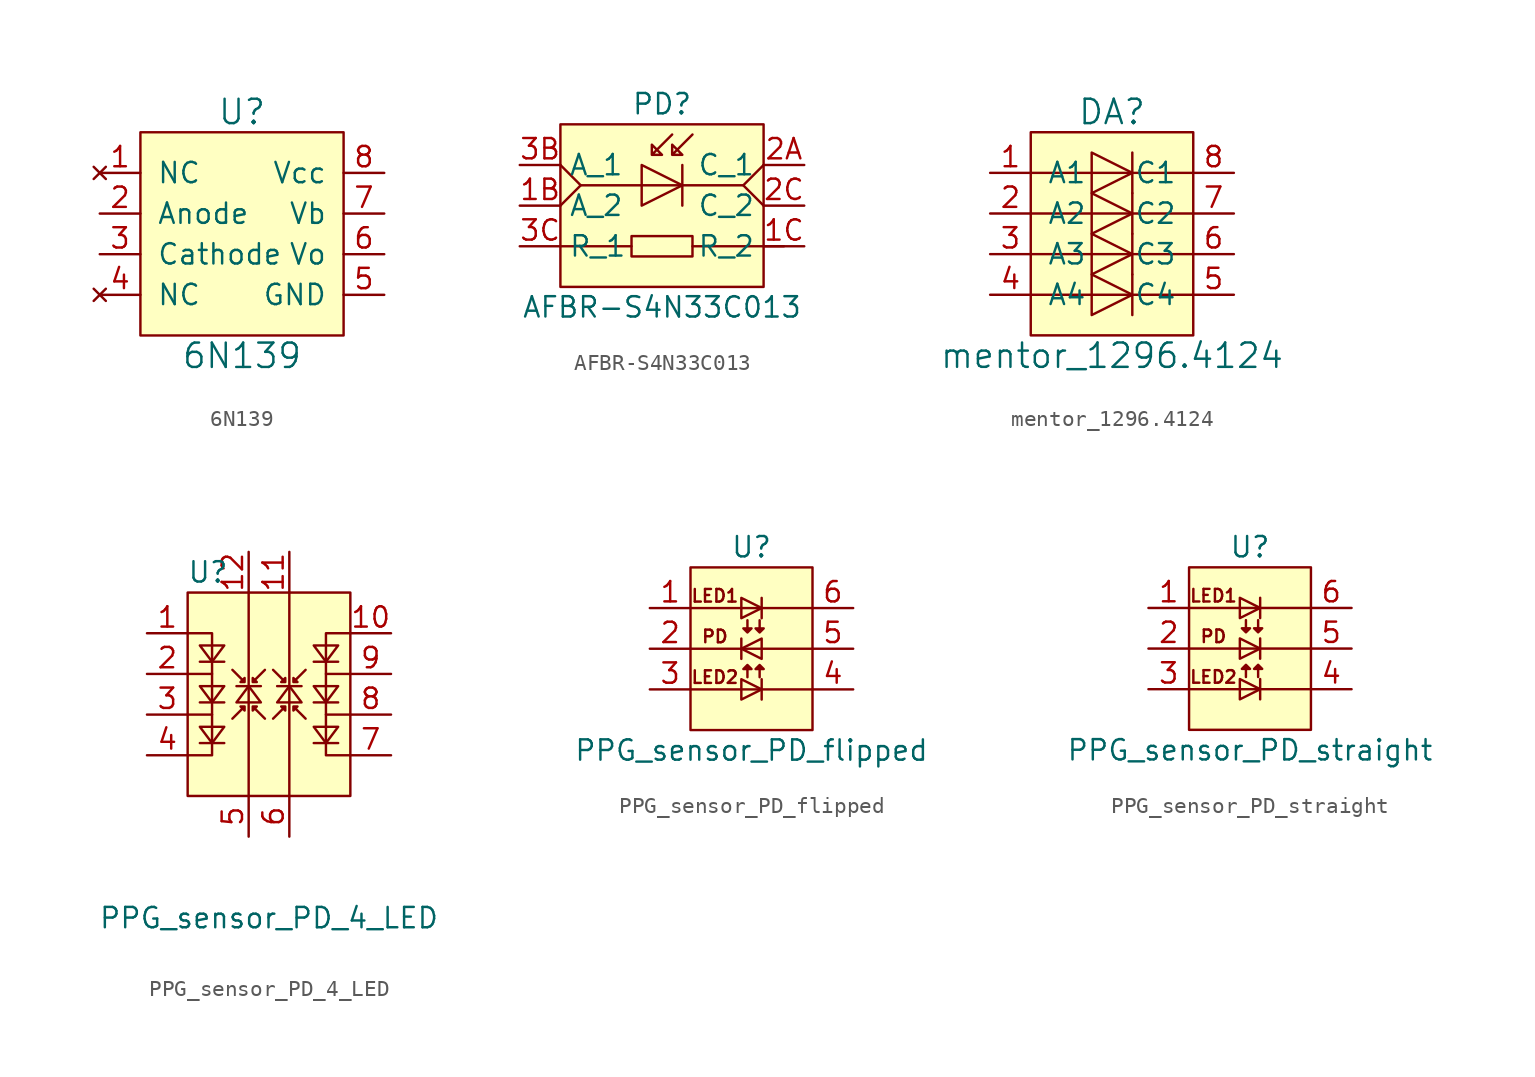
<source format=kicad_sym>
(kicad_symbol_lib
  (version 20211014)
  (generator kicad_symbol_editor)
  (symbol "6N139"
    (pin_names
      (offset 1.016))
    (property "Reference" "U"
      (at 0 7.62 0)
      (effects (font (size 1.524 1.524))))
    (property "Value" "6N139"
      (at 0 -7.62 0)
      (effects (font (size 1.524 1.524))))
    (symbol "6N139_0_1"
      (rectangle (start -6.35 6.35) (end 6.35 -6.35) (stroke (width 0) (type default) (color 0 0 0 0)) (fill (type background))))
    (symbol "6N139_1_1"
      (pin no_connect line (at -8.89 3.81 0) (length 2.54) (name "NC" (effects (font (size 1.27 1.27)))) (number "1" (effects (font (size 1.27 1.27)))))
      (pin bidirectional line (at -8.89 1.27 0) (length 2.54) (name "Anode" (effects (font (size 1.27 1.27)))) (number "2" (effects (font (size 1.27 1.27)))))
      (pin bidirectional line (at -8.89 -1.27 0) (length 2.54) (name "Cathode" (effects (font (size 1.27 1.27)))) (number "3" (effects (font (size 1.27 1.27)))))
      (pin no_connect line (at -8.89 -3.81 0) (length 2.54) (name "NC" (effects (font (size 1.27 1.27)))) (number "4" (effects (font (size 1.27 1.27)))))
      (pin power_in line (at 8.89 -3.81 180) (length 2.54) (name "GND" (effects (font (size 1.27 1.27)))) (number "5" (effects (font (size 1.27 1.27)))))
      (pin open_collector line (at 8.89 -1.27 180) (length 2.54) (name "Vo" (effects (font (size 1.27 1.27)))) (number "6" (effects (font (size 1.27 1.27)))))
      (pin bidirectional line (at 8.89 1.27 180) (length 2.54) (name "Vb" (effects (font (size 1.27 1.27)))) (number "7" (effects (font (size 1.27 1.27)))))
      (pin power_in line (at 8.89 3.81 180) (length 2.54) (name "Vcc" (effects (font (size 1.27 1.27)))) (number "8" (effects (font (size 1.27 1.27)))))))
  (symbol "AFBR-S4N33C013"
    (property "Reference" "PD"
      (at 0 6.35 0)
      (effects (font (size 1.27 1.27))))
    (property "Value" "AFBR-S4N33C013"
      (at 0 -6.35 0)
      (effects (font (size 1.27 1.27))))
    (symbol "AFBR-S4N33C013_0_1"
      (rectangle (start -6.35 5.08) (end 6.35 -5.08) (stroke (width 0) (type default) (color 0 0 0 0)) (fill (type background)))
      (polyline (pts (xy -6.35 -2.54) (xy -1.905 -2.54)) (stroke (width 0) (type default) (color 0 0 0 0)) (fill (type none)))
      (polyline (pts (xy -5.08 1.27) (xy 5.08 1.27)) (stroke (width 0) (type default) (color 0 0 0 0)) (fill (type none)))
      (polyline (pts (xy 1.27 2.54) (xy 1.27 0)) (stroke (width 0) (type default) (color 0 0 0 0)) (fill (type none)))
      (polyline (pts (xy 1.905 -2.54) (xy 7.62 -2.54)) (stroke (width 0) (type default) (color 0 0 0 0)) (fill (type none)))
      (polyline (pts (xy -6.35 2.54) (xy -5.08 1.27) (xy -6.35 0)) (stroke (width 0) (type default) (color 0 0 0 0)) (fill (type none)))
      (polyline (pts (xy 6.35 2.54) (xy 5.08 1.27) (xy 6.35 0)) (stroke (width 0) (type default) (color 0 0 0 0)) (fill (type none)))
      (polyline (pts (xy 1.27 1.27) (xy -1.27 2.54) (xy -1.27 0) (xy 1.27 1.27)) (stroke (width 0) (type default) (color 0 0 0 0)) (fill (type none)))
      (polyline (pts (xy -0.635 3.175) (xy -0.635 3.81) (xy 0 3.175) (xy -0.635 3.175) (xy 0.635 4.445)) (stroke (width 0) (type default) (color 0 0 0 0)) (fill (type none)))
      (polyline (pts (xy 0.635 3.175) (xy 0.635 3.81) (xy 1.27 3.175) (xy 0.635 3.175) (xy 1.905 4.445)) (stroke (width 0) (type default) (color 0 0 0 0)) (fill (type none)))
      (polyline (pts (xy -1.905 -2.54) (xy -1.905 -1.905) (xy 1.905 -1.905) (xy 1.905 -3.175) (xy -1.905 -3.175) (xy -1.905 -2.54)) (stroke (width 0) (type default) (color 0 0 0 0)) (fill (type none))))
    (symbol "AFBR-S4N33C013_1_1"
      (pin passive line (at -8.89 0 0) (length 2.54) (name "A_2" (effects (font (size 1.27 1.27)))) (number "1B" (effects (font (size 1.27 1.27)))))
      (pin passive line (at 8.89 -2.54 180) (length 2.54) (name "R_2" (effects (font (size 1.27 1.27)))) (number "1C" (effects (font (size 1.27 1.27)))))
      (pin passive line (at 8.89 2.54 180) (length 2.54) (name "C_1" (effects (font (size 1.27 1.27)))) (number "2A" (effects (font (size 1.27 1.27)))))
      (pin passive line (at 8.89 0 180) (length 2.54) (name "C_2" (effects (font (size 1.27 1.27)))) (number "2C" (effects (font (size 1.27 1.27)))))
      (pin passive line (at -8.89 2.54 0) (length 2.54) (name "A_1" (effects (font (size 1.27 1.27)))) (number "3B" (effects (font (size 1.27 1.27)))))
      (pin passive line (at -8.89 -2.54 0) (length 2.54) (name "R_1" (effects (font (size 1.27 1.27)))) (number "3C" (effects (font (size 1.27 1.27)))))))
  (symbol "mentor_1296.4124"
    (pin_names
      (offset 1.016))
    (property "Reference" "DA"
      (at 0 7.62 0)
      (effects (font (size 1.524 1.524))))
    (property "Value" "mentor_1296.4124"
      (at 0 -7.62 0)
      (effects (font (size 1.524 1.524))))
    (symbol "mentor_1296.4124_0_1"
      (rectangle (start -5.08 6.35) (end 5.08 -6.35) (stroke (width 0) (type default) (color 0 0 0 0)) (fill (type background)))
      (polyline (pts (xy -5.08 -3.81) (xy 5.08 -3.81)) (stroke (width 0) (type default) (color 0 0 0 0)) (fill (type none)))
      (polyline (pts (xy -5.08 -1.27) (xy 5.08 -1.27)) (stroke (width 0) (type default) (color 0 0 0 0)) (fill (type none)))
      (polyline (pts (xy -5.08 1.27) (xy 5.08 1.27)) (stroke (width 0) (type default) (color 0 0 0 0)) (fill (type none)))
      (polyline (pts (xy -5.08 3.81) (xy 5.08 3.81)) (stroke (width 0) (type default) (color 0 0 0 0)) (fill (type none)))
      (polyline (pts (xy 1.27 -5.08) (xy 1.27 -2.54)) (stroke (width 0) (type default) (color 0 0 0 0)) (fill (type none)))
      (polyline (pts (xy 1.27 -2.54) (xy 1.27 0)) (stroke (width 0) (type default) (color 0 0 0 0)) (fill (type none)))
      (polyline (pts (xy 1.27 2.54) (xy 1.27 0)) (stroke (width 0) (type default) (color 0 0 0 0)) (fill (type none)))
      (polyline (pts (xy 1.27 5.08) (xy 1.27 2.54)) (stroke (width 0) (type default) (color 0 0 0 0)) (fill (type none)))
      (polyline (pts (xy -1.27 -2.54) (xy -1.27 -5.08) (xy 1.27 -3.81) (xy -1.27 -2.54)) (stroke (width 0) (type default) (color 0 0 0 0)) (fill (type none)))
      (polyline (pts (xy -1.27 -2.54) (xy -1.27 0) (xy 1.27 -1.27) (xy -1.27 -2.54)) (stroke (width 0) (type default) (color 0 0 0 0)) (fill (type none)))
      (polyline (pts (xy -1.27 2.54) (xy -1.27 0) (xy 1.27 1.27) (xy -1.27 2.54)) (stroke (width 0) (type default) (color 0 0 0 0)) (fill (type none)))
      (polyline (pts (xy -1.27 3.81) (xy -1.27 5.08) (xy 1.27 3.81) (xy -1.27 2.54) (xy -1.27 3.81)) (stroke (width 0) (type default) (color 0 0 0 0)) (fill (type none))))
    (symbol "mentor_1296.4124_1_1"
      (pin passive line (at -7.62 3.81 0) (length 2.54) (name "A1" (effects (font (size 1.27 1.27)))) (number "1" (effects (font (size 1.27 1.27)))))
      (pin passive line (at -7.62 1.27 0) (length 2.54) (name "A2" (effects (font (size 1.27 1.27)))) (number "2" (effects (font (size 1.27 1.27)))))
      (pin passive line (at -7.62 -1.27 0) (length 2.54) (name "A3" (effects (font (size 1.27 1.27)))) (number "3" (effects (font (size 1.27 1.27)))))
      (pin passive line (at -7.62 -3.81 0) (length 2.54) (name "A4" (effects (font (size 1.27 1.27)))) (number "4" (effects (font (size 1.27 1.27)))))
      (pin passive line (at 7.62 -3.81 180) (length 2.54) (name "C4" (effects (font (size 1.27 1.27)))) (number "5" (effects (font (size 1.27 1.27)))))
      (pin passive line (at 7.62 -1.27 180) (length 2.54) (name "C3" (effects (font (size 1.27 1.27)))) (number "6" (effects (font (size 1.27 1.27)))))
      (pin passive line (at 7.62 1.27 180) (length 2.54) (name "C2" (effects (font (size 1.27 1.27)))) (number "7" (effects (font (size 1.27 1.27)))))
      (pin passive line (at 7.62 3.81 180) (length 2.54) (name "C1" (effects (font (size 1.27 1.27)))) (number "8" (effects (font (size 1.27 1.27)))))))
  (symbol "PPG_sensor_PD_4_LED"
    (pin_names
      (offset 1.016))
    (property "Reference" "U"
      (at -3.81 7.62 0)
      (effects (font (size 1.27 1.27))))
    (property "Value" "PPG_sensor_PD_4_LED"
      (at 0 -13.97 0)
      (effects (font (size 1.27 1.27))))
    (symbol "PPG_sensor_PD_4_LED_0_1"
      (rectangle (start -5.08 6.35) (end 5.08 -6.35) (stroke (width 0) (type default) (color 0 0 0 0)) (fill (type background)))
      (polyline (pts (xy -5.08 -1.27) (xy -3.556 -1.27)) (stroke (width 0) (type default) (color 0 0 0 0)) (fill (type none)))
      (polyline (pts (xy -5.08 1.27) (xy -3.556 1.27)) (stroke (width 0) (type default) (color 0 0 0 0)) (fill (type none)))
      (polyline (pts (xy -2.794 -3.048) (xy -4.318 -3.048)) (stroke (width 0) (type default) (color 0 0 0 0)) (fill (type none)))
      (polyline (pts (xy -2.794 -0.508) (xy -4.318 -0.508)) (stroke (width 0) (type default) (color 0 0 0 0)) (fill (type none)))
      (polyline (pts (xy -2.794 2.032) (xy -4.318 2.032)) (stroke (width 0) (type default) (color 0 0 0 0)) (fill (type none)))
      (polyline (pts (xy -2.032 0.508) (xy -0.508 0.508)) (stroke (width 0) (type default) (color 0 0 0 0)) (fill (type none)))
      (polyline (pts (xy -1.27 -6.35) (xy -1.27 6.35)) (stroke (width 0) (type default) (color 0 0 0 0)) (fill (type none)))
      (polyline (pts (xy 0.508 0.508) (xy 2.032 0.508)) (stroke (width 0) (type default) (color 0 0 0 0)) (fill (type none)))
      (polyline (pts (xy 1.27 -6.35) (xy 1.27 6.35)) (stroke (width 0) (type default) (color 0 0 0 0)) (fill (type none)))
      (polyline (pts (xy 4.318 -3.048) (xy 2.794 -3.048)) (stroke (width 0) (type default) (color 0 0 0 0)) (fill (type none)))
      (polyline (pts (xy 4.318 -0.508) (xy 2.794 -0.508)) (stroke (width 0) (type default) (color 0 0 0 0)) (fill (type none)))
      (polyline (pts (xy 4.318 2.032) (xy 2.794 2.032)) (stroke (width 0) (type default) (color 0 0 0 0)) (fill (type none)))
      (polyline (pts (xy 5.08 -1.27) (xy 3.556 -1.27)) (stroke (width 0) (type default) (color 0 0 0 0)) (fill (type none)))
      (polyline (pts (xy 5.08 1.27) (xy 3.556 1.27)) (stroke (width 0) (type default) (color 0 0 0 0)) (fill (type none)))
      (polyline (pts (xy -5.08 3.81) (xy -3.556 3.81) (xy -3.556 -3.81) (xy -5.08 -3.81)) (stroke (width 0) (type default) (color 0 0 0 0)) (fill (type none)))
      (polyline (pts (xy -3.556 -3.048) (xy -4.318 -2.032) (xy -2.794 -2.032) (xy -3.556 -3.048)) (stroke (width 0) (type default) (color 0 0 0 0)) (fill (type none)))
      (polyline (pts (xy -3.556 -0.508) (xy -4.318 0.508) (xy -2.794 0.508) (xy -3.556 -0.508)) (stroke (width 0) (type default) (color 0 0 0 0)) (fill (type none)))
      (polyline (pts (xy -3.556 2.032) (xy -4.318 3.048) (xy -2.794 3.048) (xy -3.556 2.032)) (stroke (width 0) (type default) (color 0 0 0 0)) (fill (type none)))
      (polyline (pts (xy -1.27 0.508) (xy -0.508 -0.508) (xy -2.032 -0.508) (xy -1.27 0.508)) (stroke (width 0) (type default) (color 0 0 0 0)) (fill (type none)))
      (polyline (pts (xy 1.27 0.508) (xy 2.032 -0.508) (xy 0.508 -0.508) (xy 1.27 0.508)) (stroke (width 0) (type default) (color 0 0 0 0)) (fill (type none)))
      (polyline (pts (xy 3.556 -3.048) (xy 2.794 -2.032) (xy 4.318 -2.032) (xy 3.556 -3.048)) (stroke (width 0) (type default) (color 0 0 0 0)) (fill (type none)))
      (polyline (pts (xy 3.556 -0.508) (xy 2.794 0.508) (xy 4.318 0.508) (xy 3.556 -0.508)) (stroke (width 0) (type default) (color 0 0 0 0)) (fill (type none)))
      (polyline (pts (xy 3.556 2.032) (xy 2.794 3.048) (xy 4.318 3.048) (xy 3.556 2.032)) (stroke (width 0) (type default) (color 0 0 0 0)) (fill (type none)))
      (polyline (pts (xy 5.08 3.81) (xy 3.556 3.81) (xy 3.556 -3.81) (xy 5.08 -3.81)) (stroke (width 0) (type default) (color 0 0 0 0)) (fill (type none)))
      (polyline (pts (xy -2.286 1.524) (xy -1.524 0.762) (xy -1.524 1.016) (xy -1.778 0.762) (xy -1.524 0.762)) (stroke (width 0) (type default) (color 0 0 0 0)) (fill (type none)))
      (polyline (pts (xy -1.524 -0.762) (xy -1.524 -1.016) (xy -1.778 -0.762) (xy -1.524 -0.762) (xy -2.286 -1.524)) (stroke (width 0) (type default) (color 0 0 0 0)) (fill (type none)))
      (polyline (pts (xy -1.016 -0.762) (xy -0.762 -0.762) (xy -1.016 -1.016) (xy -1.016 -0.762) (xy -0.254 -1.524)) (stroke (width 0) (type default) (color 0 0 0 0)) (fill (type none)))
      (polyline (pts (xy -1.016 0.762) (xy -1.016 1.016) (xy -0.762 0.762) (xy -1.016 0.762) (xy -0.254 1.524)) (stroke (width 0) (type default) (color 0 0 0 0)) (fill (type none)))
      (polyline (pts (xy 0.254 1.524) (xy 1.016 0.762) (xy 1.016 1.016) (xy 0.762 0.762) (xy 1.016 0.762)) (stroke (width 0) (type default) (color 0 0 0 0)) (fill (type none)))
      (polyline (pts (xy 1.016 -0.762) (xy 1.016 -1.016) (xy 0.762 -0.762) (xy 1.016 -0.762) (xy 0.254 -1.524)) (stroke (width 0) (type default) (color 0 0 0 0)) (fill (type none)))
      (polyline (pts (xy 1.524 -0.762) (xy 1.778 -0.762) (xy 1.524 -1.016) (xy 1.524 -0.762) (xy 2.286 -1.524)) (stroke (width 0) (type default) (color 0 0 0 0)) (fill (type none)))
      (polyline (pts (xy 1.524 0.762) (xy 1.524 1.016) (xy 1.778 0.762) (xy 1.524 0.762) (xy 2.286 1.524)) (stroke (width 0) (type default) (color 0 0 0 0)) (fill (type none))))
    (symbol "PPG_sensor_PD_4_LED_1_1"
      (pin passive line (at -7.62 3.81 0) (length 2.54) (name "~" (effects (font (size 1.27 1.27)))) (number "1" (effects (font (size 1.27 1.27)))))
      (pin passive line (at 7.62 3.81 180) (length 2.54) (name "" (effects (font (size 1.27 1.27)))) (number "10" (effects (font (size 1.27 1.27)))))
      (pin passive line (at 1.27 8.89 270) (length 2.54) (name "" (effects (font (size 1.27 1.27)))) (number "11" (effects (font (size 1.27 1.27)))))
      (pin passive line (at -1.27 8.89 270) (length 2.54) (name "" (effects (font (size 1.27 1.27)))) (number "12" (effects (font (size 1.27 1.27)))))
      (pin passive line (at -7.62 1.27 0) (length 2.54) (name "~" (effects (font (size 1.27 1.27)))) (number "2" (effects (font (size 1.27 1.27)))))
      (pin passive line (at -7.62 -1.27 0) (length 2.54) (name "~" (effects (font (size 1.27 1.27)))) (number "3" (effects (font (size 1.27 1.27)))))
      (pin passive line (at -7.62 -3.81 0) (length 2.54) (name "~" (effects (font (size 1.27 1.27)))) (number "4" (effects (font (size 1.27 1.27)))))
      (pin passive line (at -1.27 -8.89 90) (length 2.54) (name "~" (effects (font (size 1.27 1.27)))) (number "5" (effects (font (size 1.27 1.27)))))
      (pin passive line (at 1.27 -8.89 90) (length 2.54) (name "~" (effects (font (size 1.27 1.27)))) (number "6" (effects (font (size 1.27 1.27)))))
      (pin passive line (at 7.62 -3.81 180) (length 2.54) (name "~" (effects (font (size 1.27 1.27)))) (number "7" (effects (font (size 1.27 1.27)))))
      (pin passive line (at 7.62 -1.27 180) (length 2.54) (name "" (effects (font (size 1.27 1.27)))) (number "8" (effects (font (size 1.27 1.27)))))
      (pin passive line (at 7.62 1.27 180) (length 2.54) (name "" (effects (font (size 1.27 1.27)))) (number "9" (effects (font (size 1.27 1.27)))))))
  (symbol "PPG_sensor_PD_flipped"
    (pin_names
      (offset 1.016))
    (property "Reference" "U"
      (at 0 6.35 0)
      (effects (font (size 1.27 1.27))))
    (property "Value" "PPG_sensor_PD_flipped"
      (at 0 -6.35 0)
      (effects (font (size 1.27 1.27))))
    (symbol "PPG_sensor_PD_flipped_0_0"
      (text "LED1" (at -2.286 3.302 0) (effects (font (size 0.787 0.787))))
      (text "LED2" (at -2.286 -1.778 0) (effects (font (size 0.787 0.787))))
      (text "PD" (at -2.286 0.762 0) (effects (font (size 0.787 0.787)))))
    (symbol "PPG_sensor_PD_flipped_0_1"
      (rectangle (start -3.81 5.08) (end 3.81 -5.08) (stroke (width 0) (type default) (color 0 0 0 0)) (fill (type background)))
      (polyline (pts (xy -3.81 -2.54) (xy 3.81 -2.54)) (stroke (width 0) (type default) (color 0 0 0 0)) (fill (type none)))
      (polyline (pts (xy -3.81 0) (xy 3.81 0)) (stroke (width 0) (type default) (color 0 0 0 0)) (fill (type none)))
      (polyline (pts (xy -3.81 2.54) (xy 3.81 2.54)) (stroke (width 0) (type default) (color 0 0 0 0)) (fill (type none)))
      (polyline (pts (xy -0.635 -0.635) (xy -0.635 0.635)) (stroke (width 0) (type default) (color 0 0 0 0)) (fill (type none)))
      (polyline (pts (xy 0.635 -1.905) (xy 0.635 -3.175)) (stroke (width 0) (type default) (color 0 0 0 0)) (fill (type none)))
      (polyline (pts (xy 0.635 3.175) (xy 0.635 1.905)) (stroke (width 0) (type default) (color 0 0 0 0)) (fill (type none)))
      (polyline (pts (xy -0.635 -1.905) (xy -0.635 -3.175) (xy 0.635 -2.54) (xy -0.635 -1.905)) (stroke (width 0) (type default) (color 0 0 0 0)) (fill (type none)))
      (polyline (pts (xy 0.635 -0.635) (xy 0.635 0.635) (xy -0.635 0) (xy 0.635 -0.635)) (stroke (width 0) (type default) (color 0 0 0 0)) (fill (type none)))
      (polyline (pts (xy -0.635 2.54) (xy -0.635 3.175) (xy 0.635 2.54) (xy -0.635 1.905) (xy -0.635 2.54)) (stroke (width 0) (type default) (color 0 0 0 0)) (fill (type none)))
      (polyline (pts (xy -0.254 -1.778) (xy -0.254 -1.016) (xy 0 -1.27) (xy -0.508 -1.27) (xy -0.254 -1.016)) (stroke (width 0) (type default) (color 0 0 0 0)) (fill (type none)))
      (polyline (pts (xy -0.254 1.778) (xy -0.254 1.016) (xy -0.508 1.27) (xy 0 1.27) (xy -0.254 1.016)) (stroke (width 0) (type default) (color 0 0 0 0)) (fill (type none)))
      (polyline (pts (xy 0.508 -1.778) (xy 0.508 -1.016) (xy 0.254 -1.27) (xy 0.762 -1.27) (xy 0.508 -1.016)) (stroke (width 0) (type default) (color 0 0 0 0)) (fill (type none)))
      (polyline (pts (xy 0.508 1.778) (xy 0.508 1.016) (xy 0.254 1.27) (xy 0.762 1.27) (xy 0.508 1.016)) (stroke (width 0) (type default) (color 0 0 0 0)) (fill (type none))))
    (symbol "PPG_sensor_PD_flipped_1_1"
      (pin passive line (at -6.35 2.54 0) (length 2.54) (name "~" (effects (font (size 1.27 1.27)))) (number "1" (effects (font (size 1.27 1.27)))))
      (pin passive line (at -6.35 0 0) (length 2.54) (name "~" (effects (font (size 1.27 1.27)))) (number "2" (effects (font (size 1.27 1.27)))))
      (pin passive line (at -6.35 -2.54 0) (length 2.54) (name "~" (effects (font (size 1.27 1.27)))) (number "3" (effects (font (size 1.27 1.27)))))
      (pin passive line (at 6.35 -2.54 180) (length 2.54) (name "~" (effects (font (size 1.27 1.27)))) (number "4" (effects (font (size 1.27 1.27)))))
      (pin passive line (at 6.35 0 180) (length 2.54) (name "~" (effects (font (size 1.27 1.27)))) (number "5" (effects (font (size 1.27 1.27)))))
      (pin passive line (at 6.35 2.54 180) (length 2.54) (name "~" (effects (font (size 1.27 1.27)))) (number "6" (effects (font (size 1.27 1.27)))))))
  (symbol "PPG_sensor_PD_straight"
    (pin_names
      (offset 1.016))
    (property "Reference" "U"
      (at 0 6.35 0)
      (effects (font (size 1.27 1.27))))
    (property "Value" "PPG_sensor_PD_straight"
      (at 0 -6.35 0)
      (effects (font (size 1.27 1.27))))
    (symbol "PPG_sensor_PD_straight_0_0"
      (text "LED1" (at -2.286 3.302 0) (effects (font (size 0.787 0.787))))
      (text "LED2" (at -2.286 -1.778 0) (effects (font (size 0.787 0.787))))
      (text "PD" (at -2.286 0.762 0) (effects (font (size 0.787 0.787)))))
    (symbol "PPG_sensor_PD_straight_0_1"
      (rectangle (start -3.81 5.08) (end 3.81 -5.08) (stroke (width 0) (type default) (color 0 0 0 0)) (fill (type background)))
      (polyline (pts (xy -3.81 -2.54) (xy 3.81 -2.54)) (stroke (width 0) (type default) (color 0 0 0 0)) (fill (type none)))
      (polyline (pts (xy -3.81 0) (xy 3.81 0)) (stroke (width 0) (type default) (color 0 0 0 0)) (fill (type none)))
      (polyline (pts (xy -3.81 2.54) (xy 3.81 2.54)) (stroke (width 0) (type default) (color 0 0 0 0)) (fill (type none)))
      (polyline (pts (xy 0.635 -1.905) (xy 0.635 -3.175)) (stroke (width 0) (type default) (color 0 0 0 0)) (fill (type none)))
      (polyline (pts (xy 0.635 0.635) (xy 0.635 -0.635)) (stroke (width 0) (type default) (color 0 0 0 0)) (fill (type none)))
      (polyline (pts (xy 0.635 3.175) (xy 0.635 1.905)) (stroke (width 0) (type default) (color 0 0 0 0)) (fill (type none)))
      (polyline (pts (xy -0.635 -1.905) (xy -0.635 -3.175) (xy 0.635 -2.54) (xy -0.635 -1.905)) (stroke (width 0) (type default) (color 0 0 0 0)) (fill (type none)))
      (polyline (pts (xy -0.635 0.635) (xy -0.635 -0.635) (xy 0.635 0) (xy -0.635 0.635)) (stroke (width 0) (type default) (color 0 0 0 0)) (fill (type none)))
      (polyline (pts (xy -0.635 2.54) (xy -0.635 3.175) (xy 0.635 2.54) (xy -0.635 1.905) (xy -0.635 2.54)) (stroke (width 0) (type default) (color 0 0 0 0)) (fill (type none)))
      (polyline (pts (xy -0.254 -1.778) (xy -0.254 -1.016) (xy 0 -1.27) (xy -0.508 -1.27) (xy -0.254 -1.016)) (stroke (width 0) (type default) (color 0 0 0 0)) (fill (type none)))
      (polyline (pts (xy -0.254 1.778) (xy -0.254 1.016) (xy -0.508 1.27) (xy 0 1.27) (xy -0.254 1.016)) (stroke (width 0) (type default) (color 0 0 0 0)) (fill (type none)))
      (polyline (pts (xy 0.508 -1.778) (xy 0.508 -1.016) (xy 0.254 -1.27) (xy 0.762 -1.27) (xy 0.508 -1.016)) (stroke (width 0) (type default) (color 0 0 0 0)) (fill (type none)))
      (polyline (pts (xy 0.508 1.778) (xy 0.508 1.016) (xy 0.254 1.27) (xy 0.762 1.27) (xy 0.508 1.016)) (stroke (width 0) (type default) (color 0 0 0 0)) (fill (type none))))
    (symbol "PPG_sensor_PD_straight_1_1"
      (pin passive line (at -6.35 2.54 0) (length 2.54) (name "~" (effects (font (size 1.27 1.27)))) (number "1" (effects (font (size 1.27 1.27)))))
      (pin passive line (at -6.35 0 0) (length 2.54) (name "~" (effects (font (size 1.27 1.27)))) (number "2" (effects (font (size 1.27 1.27)))))
      (pin passive line (at -6.35 -2.54 0) (length 2.54) (name "~" (effects (font (size 1.27 1.27)))) (number "3" (effects (font (size 1.27 1.27)))))
      (pin passive line (at 6.35 -2.54 180) (length 2.54) (name "~" (effects (font (size 1.27 1.27)))) (number "4" (effects (font (size 1.27 1.27)))))
      (pin passive line (at 6.35 0 180) (length 2.54) (name "~" (effects (font (size 1.27 1.27)))) (number "5" (effects (font (size 1.27 1.27)))))
      (pin passive line (at 6.35 2.54 180) (length 2.54) (name "~" (effects (font (size 1.27 1.27)))) (number "6" (effects (font (size 1.27 1.27))))))))
</source>
